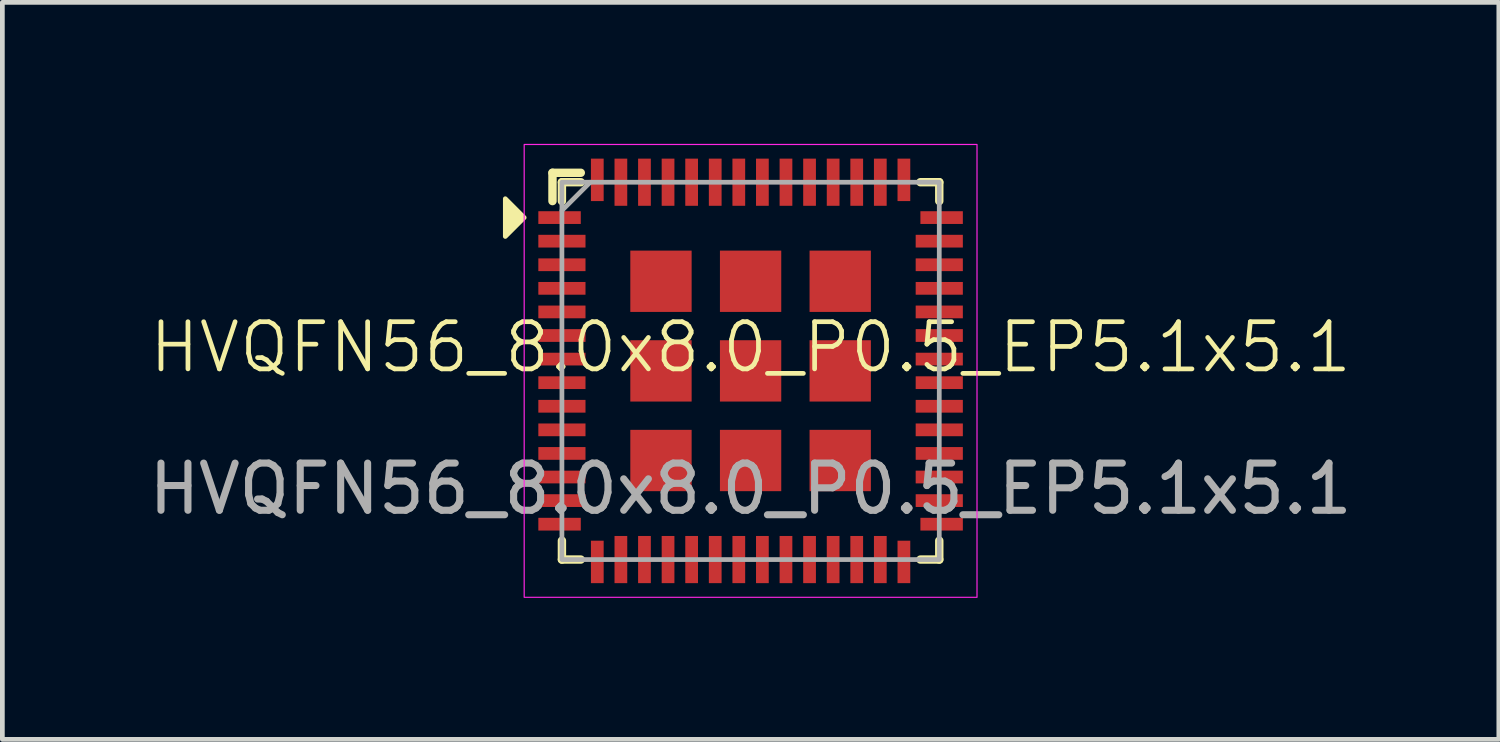
<source format=kicad_pcb>
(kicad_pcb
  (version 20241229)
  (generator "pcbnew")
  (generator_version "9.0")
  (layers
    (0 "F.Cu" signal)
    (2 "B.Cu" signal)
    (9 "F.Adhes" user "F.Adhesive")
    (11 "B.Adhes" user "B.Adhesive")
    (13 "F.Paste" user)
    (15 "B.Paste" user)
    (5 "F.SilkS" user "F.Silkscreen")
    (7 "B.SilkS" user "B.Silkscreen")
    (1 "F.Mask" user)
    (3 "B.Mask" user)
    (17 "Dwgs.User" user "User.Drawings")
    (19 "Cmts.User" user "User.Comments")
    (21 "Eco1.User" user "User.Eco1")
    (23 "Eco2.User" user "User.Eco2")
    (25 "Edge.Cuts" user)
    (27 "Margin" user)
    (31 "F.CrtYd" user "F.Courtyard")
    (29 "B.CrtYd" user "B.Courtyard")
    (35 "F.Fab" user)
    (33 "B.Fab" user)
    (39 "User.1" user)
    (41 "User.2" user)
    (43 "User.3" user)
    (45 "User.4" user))
  (footprint "HVQFN56_8.0x8.0_P0.5_EP5.1x5.1"
    (layer "F.Cu")
    (at 12.863 4.813)
    (property "Reference" "HVQFN56_8.0x8.0_P0.5_EP5.1x5.1" (at 0 -0.5 0) (unlocked yes) (layer "F.SilkS") (effects (font (size 1 1) (thickness 0.1))))
    (attr smd)
    (fp_line (start -4.2 -4.2) (end -3.6 -4.2) (stroke (width 0.178) (type default)) (layer "F.SilkS"))
    (fp_line (start -4.2 -3.6) (end -4.2 -4.2) (stroke (width 0.178) (type default)) (layer "F.SilkS"))
    (fp_line (start -4 -4) (end -3.6 -4) (stroke (width 0.178) (type default)) (layer "F.SilkS"))
    (fp_line (start -4 -3.6) (end -4 -4) (stroke (width 0.178) (type default)) (layer "F.SilkS"))
    (fp_line (start -4 3.6) (end -4 4) (stroke (width 0.178) (type default)) (layer "F.SilkS"))
    (fp_line (start -4 4) (end -3.6 4) (stroke (width 0.178) (type default)) (layer "F.SilkS"))
    (fp_line (start 3.6 4) (end 4 4) (stroke (width 0.178) (type default)) (layer "F.SilkS"))
    (fp_line (start 4 -4) (end 3.6 -4) (stroke (width 0.178) (type default)) (layer "F.SilkS"))
    (fp_line (start 4 -3.6) (end 4 -4) (stroke (width 0.178) (type default)) (layer "F.SilkS"))
    (fp_line (start 4 4) (end 4 3.6) (stroke (width 0.178) (type default)) (layer "F.SilkS"))
    (fp_poly (pts (xy -4.8 -3.25) (xy -5.2 -3.65) (xy -5.2 -2.85)) (stroke (width 0.1) (type solid)) (fill yes) (layer "F.SilkS"))
    (fp_rect (start -4.8 -4.8) (end 4.8 4.8) (stroke (width 0.025) (type default)) (fill no) (layer "F.CrtYd"))
    (fp_line (start -4 -3.4) (end -3.4 -4) (stroke (width 0.1) (type default)) (layer "F.Fab"))
    (fp_rect (start -4 -4) (end 4 4) (stroke (width 0.1) (type default)) (fill no) (layer "F.Fab"))
    (fp_text user "${REFERENCE}" (at 0 2.5 0) (unlocked yes) (layer "F.Fab") (effects (font (size 1 1) (thickness 0.15))))
    (pad "1" smd rect (at -4.05 -3.25) (size 0.9 0.27) (layers "F.Cu" "F.Mask" "F.Paste"))
    (pad "2" smd rect (at -4 -2.75) (size 1 0.27) (layers "F.Cu" "F.Mask" "F.Paste"))
    (pad "3" smd rect (at -4 -2.25) (size 1 0.27) (layers "F.Cu" "F.Mask" "F.Paste"))
    (pad "4" smd rect (at -4 -1.75) (size 1 0.27) (layers "F.Cu" "F.Mask" "F.Paste"))
    (pad "5" smd rect (at -4 -1.25) (size 1 0.27) (layers "F.Cu" "F.Mask" "F.Paste"))
    (pad "6" smd rect (at -4 -0.75) (size 1 0.27) (layers "F.Cu" "F.Mask" "F.Paste"))
    (pad "7" smd rect (at -4 -0.25) (size 1 0.27) (layers "F.Cu" "F.Mask" "F.Paste"))
    (pad "8" smd rect (at -4 0.25) (size 1 0.27) (layers "F.Cu" "F.Mask" "F.Paste"))
    (pad "9" smd rect (at -4 0.75) (size 1 0.27) (layers "F.Cu" "F.Mask" "F.Paste"))
    (pad "10" smd rect (at -4 1.25) (size 1 0.27) (layers "F.Cu" "F.Mask" "F.Paste"))
    (pad "11" smd rect (at -4 1.75) (size 1 0.27) (layers "F.Cu" "F.Mask" "F.Paste"))
    (pad "12" smd rect (at -4 2.25) (size 1 0.27) (layers "F.Cu" "F.Mask" "F.Paste"))
    (pad "13" smd rect (at -4 2.75) (size 1 0.27) (layers "F.Cu" "F.Mask" "F.Paste"))
    (pad "14" smd rect (at -4.05 3.25) (size 0.9 0.27) (layers "F.Cu" "F.Mask" "F.Paste"))
    (pad "15" smd rect (at -3.25 4.05) (size 0.27 0.9) (layers "F.Cu" "F.Mask" "F.Paste"))
    (pad "16" smd rect (at -2.75 4) (size 0.27 1) (layers "F.Cu" "F.Mask" "F.Paste"))
    (pad "17" smd rect (at -2.25 4) (size 0.27 1) (layers "F.Cu" "F.Mask" "F.Paste"))
    (pad "18" smd rect (at -1.75 4) (size 0.27 1) (layers "F.Cu" "F.Mask" "F.Paste"))
    (pad "19" smd rect (at -1.25 4) (size 0.27 1) (layers "F.Cu" "F.Mask" "F.Paste"))
    (pad "20" smd rect (at -0.75 4) (size 0.27 1) (layers "F.Cu" "F.Mask" "F.Paste"))
    (pad "21" smd rect (at -0.25 4) (size 0.27 1) (layers "F.Cu" "F.Mask" "F.Paste"))
    (pad "22" smd rect (at 0.25 4) (size 0.27 1) (layers "F.Cu" "F.Mask" "F.Paste"))
    (pad "23" smd rect (at 0.75 4) (size 0.27 1) (layers "F.Cu" "F.Mask" "F.Paste"))
    (pad "24" smd rect (at 1.25 4) (size 0.27 1) (layers "F.Cu" "F.Mask" "F.Paste"))
    (pad "25" smd rect (at 1.75 4) (size 0.27 1) (layers "F.Cu" "F.Mask" "F.Paste"))
    (pad "26" smd rect (at 2.25 4) (size 0.27 1) (layers "F.Cu" "F.Mask" "F.Paste"))
    (pad "27" smd rect (at 2.75 4) (size 0.27 1) (layers "F.Cu" "F.Mask" "F.Paste"))
    (pad "28" smd rect (at 3.25 4.05) (size 0.27 0.9) (layers "F.Cu" "F.Mask" "F.Paste"))
    (pad "29" smd rect (at 4.05 3.25) (size 0.9 0.27) (layers "F.Cu" "F.Mask" "F.Paste"))
    (pad "30" smd rect (at 4 2.75) (size 1 0.27) (layers "F.Cu" "F.Mask" "F.Paste"))
    (pad "31" smd rect (at 4 2.25) (size 1 0.27) (layers "F.Cu" "F.Mask" "F.Paste"))
    (pad "32" smd rect (at 4 1.75) (size 1 0.27) (layers "F.Cu" "F.Mask" "F.Paste"))
    (pad "33" smd rect (at 4 1.25) (size 1 0.27) (layers "F.Cu" "F.Mask" "F.Paste"))
    (pad "34" smd rect (at 4 0.75) (size 1 0.27) (layers "F.Cu" "F.Mask" "F.Paste"))
    (pad "35" smd rect (at 4 0.25) (size 1 0.27) (layers "F.Cu" "F.Mask" "F.Paste"))
    (pad "36" smd rect (at 4 -0.25) (size 1 0.27) (layers "F.Cu" "F.Mask" "F.Paste"))
    (pad "37" smd rect (at 4 -0.75) (size 1 0.27) (layers "F.Cu" "F.Mask" "F.Paste"))
    (pad "38" smd rect (at 4 -1.25) (size 1 0.27) (layers "F.Cu" "F.Mask" "F.Paste"))
    (pad "39" smd rect (at 4 -1.75) (size 1 0.27) (layers "F.Cu" "F.Mask" "F.Paste"))
    (pad "40" smd rect (at 4 -2.25) (size 1 0.27) (layers "F.Cu" "F.Mask" "F.Paste"))
    (pad "41" smd rect (at 4 -2.75) (size 1 0.27) (layers "F.Cu" "F.Mask" "F.Paste"))
    (pad "42" smd rect (at 4.05 -3.25) (size 0.9 0.27) (layers "F.Cu" "F.Mask" "F.Paste"))
    (pad "43" smd rect (at 3.25 -4.05) (size 0.27 0.9) (layers "F.Cu" "F.Mask" "F.Paste"))
    (pad "44" smd rect (at 2.75 -4) (size 0.27 1) (layers "F.Cu" "F.Mask" "F.Paste"))
    (pad "45" smd rect (at 2.25 -4) (size 0.27 1) (layers "F.Cu" "F.Mask" "F.Paste"))
    (pad "46" smd rect (at 1.75 -4) (size 0.27 1) (layers "F.Cu" "F.Mask" "F.Paste"))
    (pad "47" smd rect (at 1.25 -4) (size 0.27 1) (layers "F.Cu" "F.Mask" "F.Paste"))
    (pad "48" smd rect (at 0.75 -4) (size 0.27 1) (layers "F.Cu" "F.Mask" "F.Paste"))
    (pad "49" smd rect (at 0.25 -4) (size 0.27 1) (layers "F.Cu" "F.Mask" "F.Paste"))
    (pad "50" smd rect (at -0.25 -4) (size 0.27 1) (layers "F.Cu" "F.Mask" "F.Paste"))
    (pad "51" smd rect (at -0.75 -4) (size 0.27 1) (layers "F.Cu" "F.Mask" "F.Paste"))
    (pad "52" smd rect (at -1.25 -4) (size 0.27 1) (layers "F.Cu" "F.Mask" "F.Paste"))
    (pad "53" smd rect (at -1.75 -4) (size 0.27 1) (layers "F.Cu" "F.Mask" "F.Paste"))
    (pad "54" smd rect (at -2.25 -4) (size 0.27 1) (layers "F.Cu" "F.Mask" "F.Paste"))
    (pad "55" smd rect (at -2.75 -4) (size 0.27 1) (layers "F.Cu" "F.Mask" "F.Paste"))
    (pad "56" smd rect (at -3.25 -4.05) (size 0.27 0.9) (layers "F.Cu" "F.Mask" "F.Paste"))
    (pad "57" smd rect (at -1.9 -1.9) (size 1.3 1.3) (layers "F.Cu" "F.Mask" "F.Paste"))
    (pad "57" smd rect (at -1.9 0) (size 1.3 1.3) (layers "F.Cu" "F.Mask" "F.Paste"))
    (pad "57" smd rect (at -1.9 1.9) (size 1.3 1.3) (layers "F.Cu" "F.Mask" "F.Paste"))
    (pad "57" smd rect (at 0 -1.9) (size 1.3 1.3) (layers "F.Cu" "F.Mask" "F.Paste"))
    (pad "57" smd rect (at 0 0) (size 1.3 1.3) (layers "F.Cu" "F.Mask" "F.Paste"))
    (pad "57" smd rect (at 0 1.9) (size 1.3 1.3) (layers "F.Cu" "F.Mask" "F.Paste"))
    (pad "57" smd rect (at 1.9 -1.9) (size 1.3 1.3) (layers "F.Cu" "F.Mask" "F.Paste"))
    (pad "57" smd rect (at 1.9 0) (size 1.3 1.3) (layers "F.Cu" "F.Mask" "F.Paste"))
    (pad "57" smd rect (at 1.9 1.9) (size 1.3 1.3) (layers "F.Cu" "F.Mask" "F.Paste")))
  (gr_rect
    (start -3 -3)
    (end 28.726 12.625)
    (stroke (width 0.1) (type default))
    (fill no)
    (layer "Edge.Cuts")))
</source>
